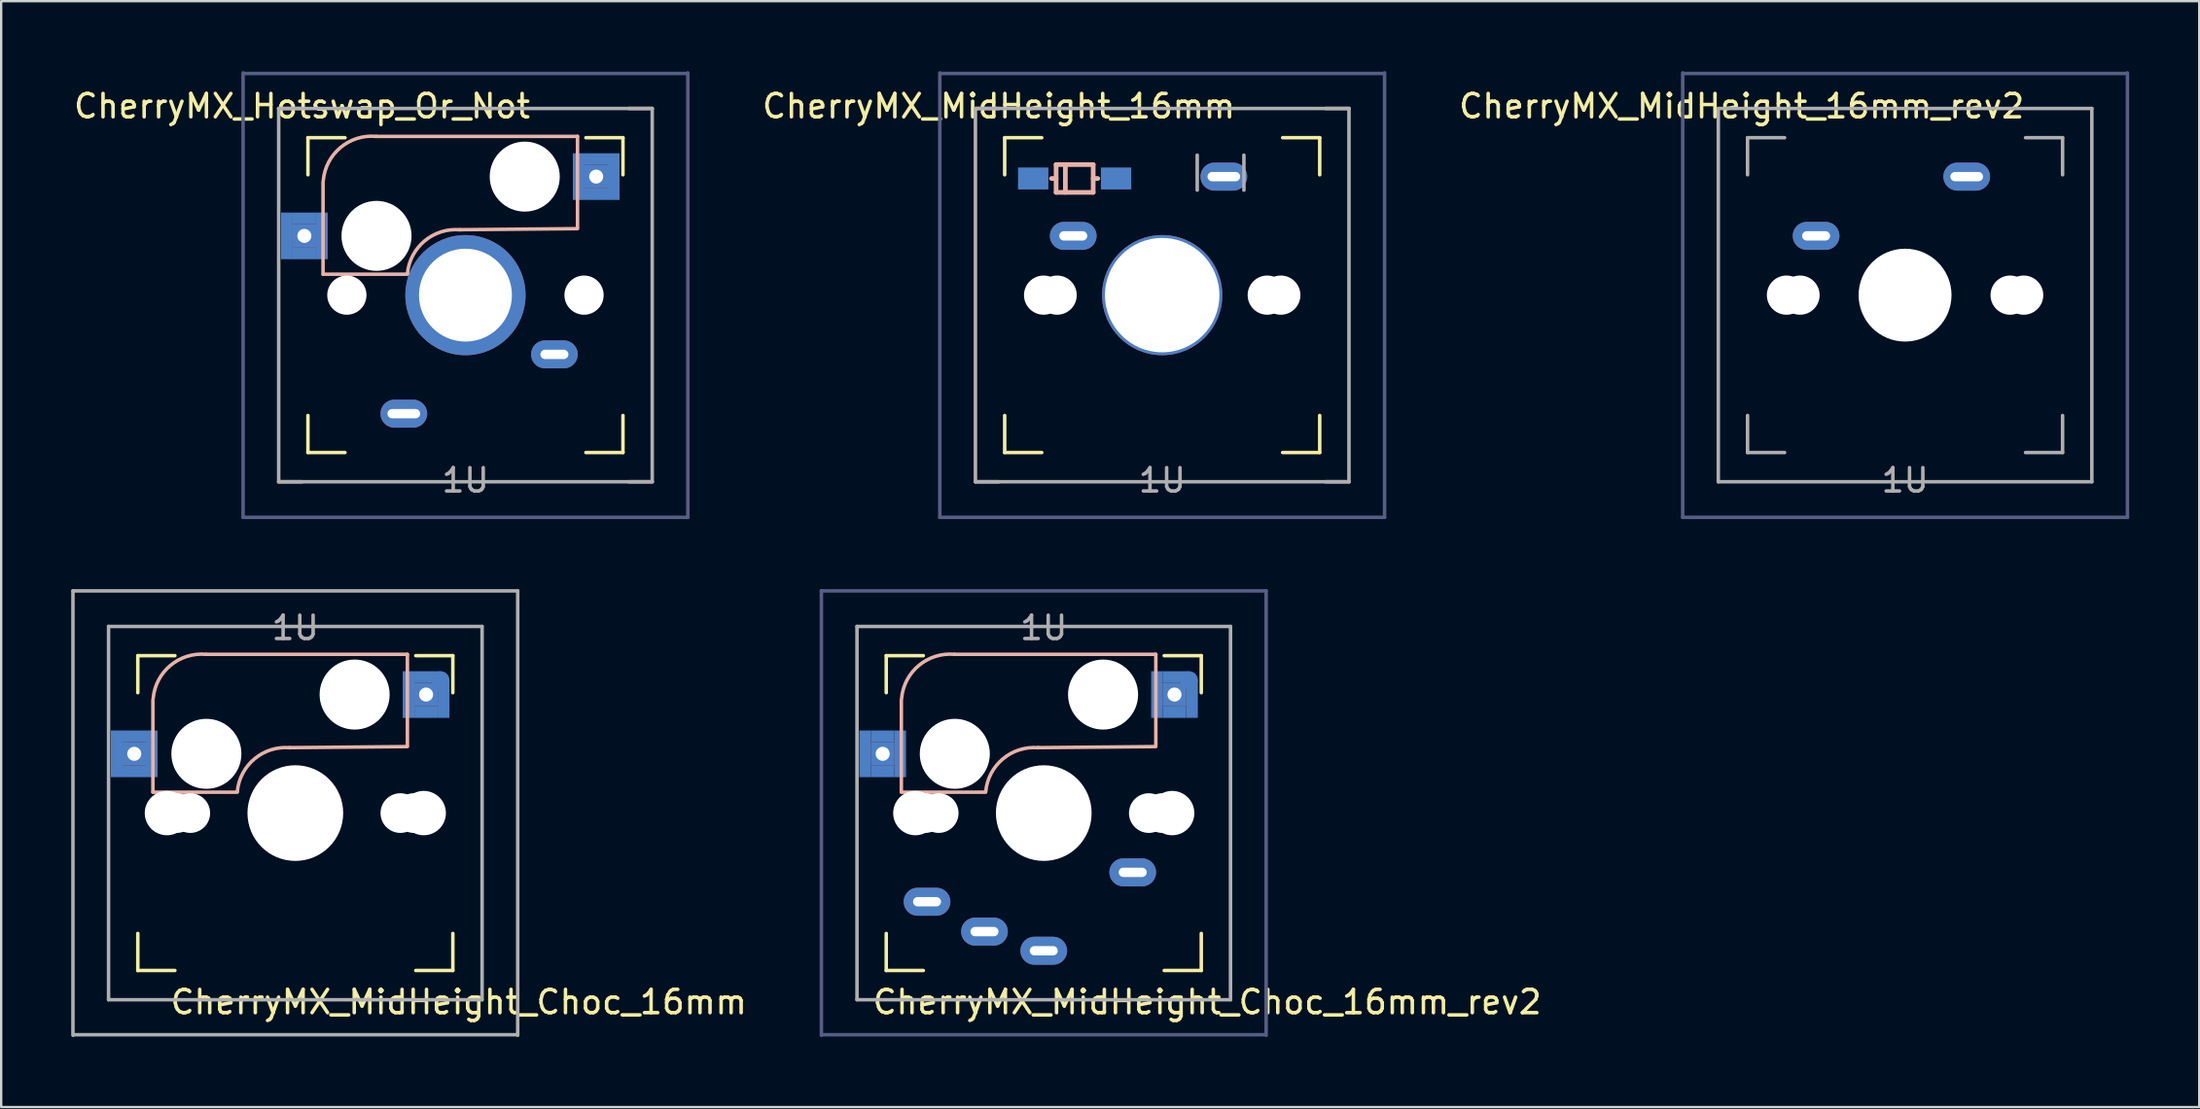
<source format=kicad_pcb>
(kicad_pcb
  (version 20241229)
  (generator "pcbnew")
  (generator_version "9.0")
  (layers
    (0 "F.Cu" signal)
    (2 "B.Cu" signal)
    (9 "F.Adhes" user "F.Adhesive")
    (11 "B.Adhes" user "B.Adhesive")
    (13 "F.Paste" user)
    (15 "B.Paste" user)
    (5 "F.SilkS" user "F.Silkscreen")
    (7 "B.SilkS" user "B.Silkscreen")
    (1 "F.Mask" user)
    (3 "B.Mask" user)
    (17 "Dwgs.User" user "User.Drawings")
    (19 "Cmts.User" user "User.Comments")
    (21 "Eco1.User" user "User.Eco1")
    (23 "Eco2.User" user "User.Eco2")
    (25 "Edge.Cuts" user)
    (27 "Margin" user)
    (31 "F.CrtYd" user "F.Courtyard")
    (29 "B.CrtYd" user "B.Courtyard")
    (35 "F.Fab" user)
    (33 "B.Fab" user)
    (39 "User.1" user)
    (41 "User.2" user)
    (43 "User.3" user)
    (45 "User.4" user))
  (footprint "CherryMX_MidHeight_Choc_16mm"
    (layer "F.Cu")
    (at 9.6 31.8)
    (property "Reference" "CherryMX_MidHeight_Choc_16mm" (at 7 8.1 0) (layer "F.SilkS") (effects (font (size 1 1) (thickness 0.15))))
    (attr through_hole)
    (fp_line (start -6.747 -6.747) (end -5.159 -6.747) (stroke (width 0.15) (type solid)) (layer "F.SilkS"))
    (fp_line (start -6.747 -5.159) (end -6.747 -6.747) (stroke (width 0.15) (type solid)) (layer "F.SilkS"))
    (fp_line (start -6.747 6.747) (end -6.747 5.159) (stroke (width 0.15) (type solid)) (layer "F.SilkS"))
    (fp_line (start -5.159 6.747) (end -6.747 6.747) (stroke (width 0.15) (type solid)) (layer "F.SilkS"))
    (fp_line (start 5.159 -6.747) (end 6.747 -6.747) (stroke (width 0.15) (type solid)) (layer "F.SilkS"))
    (fp_line (start 6.747 -6.747) (end 6.747 -5.159) (stroke (width 0.15) (type solid)) (layer "F.SilkS"))
    (fp_line (start 6.747 5.159) (end 6.747 6.747) (stroke (width 0.15) (type solid)) (layer "F.SilkS"))
    (fp_line (start 6.747 6.747) (end 5.159 6.747) (stroke (width 0.15) (type solid)) (layer "F.SilkS"))
    (fp_line (start -6.1 -4.85) (end -6.1 -0.905) (stroke (width 0.15) (type solid)) (layer "B.SilkS"))
    (fp_line (start -6.1 -0.896) (end -2.49 -0.896) (stroke (width 0.15) (type solid)) (layer "B.SilkS"))
    (fp_line (start 4.8 -6.804) (end -3.825 -6.804) (stroke (width 0.15) (type solid)) (layer "B.SilkS"))
    (fp_line (start 4.8 -2.896) (end 4.8 -6.804) (stroke (width 0.15) (type solid)) (layer "B.SilkS"))
    (fp_line (start 4.8 -2.85) (end -0.25 -2.804) (stroke (width 0.15) (type solid)) (layer "B.SilkS"))
    (fp_arc (start -6.089 -4.92) (mid -5.347189 -6.33089) (end -3.825 -6.804) (stroke (width 0.15) (type solid)) (layer "B.SilkS"))
    (fp_arc (start -2.485 -0.92) (mid -1.744361 -2.328061) (end -0.225 -2.8) (stroke (width 0.15) (type solid)) (layer "B.SilkS"))
    (fp_line (start -9.525 -9.525) (end 9.525 -9.525) (stroke (width 0.15) (type solid)) (layer "F.Fab"))
    (fp_line (start -9.525 9.525) (end -9.525 -9.525) (stroke (width 0.15) (type solid)) (layer "F.Fab"))
    (fp_line (start -8 -8) (end 8 -8) (stroke (width 0.15) (type solid)) (layer "F.Fab"))
    (fp_line (start -8 8) (end -8 -8) (stroke (width 0.15) (type solid)) (layer "F.Fab"))
    (fp_line (start 8 -8) (end 8 8) (stroke (width 0.15) (type solid)) (layer "F.Fab"))
    (fp_line (start 8 8) (end -8 8) (stroke (width 0.15) (type solid)) (layer "F.Fab"))
    (fp_line (start 9.5 9.5) (end -9.5 9.5) (stroke (width 0.15) (type solid)) (layer "F.Fab"))
    (fp_line (start 9.525 -9.525) (end 9.525 9.525) (stroke (width 0.15) (type solid)) (layer "F.Fab"))
    (fp_text user "1U" (at 0 -7.938 0) (layer "F.Fab") (effects (font (size 1 1) (thickness 0.15))))
    (pad "" np_thru_hole circle (at -5.5 0 90) (size 1.9 1.9) (drill 1.9) (layers "*.Cu" "*.Mask"))
    (pad "" np_thru_hole circle (at -5.08 0) (size 1.7 1.7) (drill 1.7) (layers "*.Cu" "*.Mask"))
    (pad "" np_thru_hole circle (at -4.5 0) (size 1.7 1.7) (drill 1.7) (layers "*.Cu" "*.Mask"))
    (pad "" np_thru_hole circle (at -3.81 -2.54 180) (size 3 3) (drill 3) (layers "*.Cu" "*.Mask"))
    (pad "" np_thru_hole circle (at 0 0 90) (size 4.1 4.1) (drill 4.1) (layers "*.Cu" "*.Mask"))
    (pad "" np_thru_hole circle (at 2.54 -5.08 180) (size 3 3) (drill 3) (layers "*.Cu" "*.Mask"))
    (pad "" np_thru_hole circle (at 4.5 0) (size 1.7 1.7) (drill 1.7) (layers "*.Cu" "*.Mask"))
    (pad "" np_thru_hole circle (at 5.08 0) (size 1.7 1.7) (drill 1.7) (layers "*.Cu" "*.Mask"))
    (pad "" np_thru_hole circle (at 5.5 0 90) (size 1.9 1.9) (drill 1.9) (layers "*.Cu" "*.Mask"))
    (pad "1" smd rect (at -7.65 -2.54 180) (size 0.5 2) (layers "B.Cu" "B.Mask" "B.Paste"))
    (pad "1" smd rect (at -6.9 -3.29 180) (size 1 0.5) (layers "B.Cu" "B.Mask" "B.Paste"))
    (pad "1" thru_hole rect (at -6.9 -2.54) (size 1 1) (drill 0.6) (layers "*.Cu" "B.Mask"))
    (pad "1" smd rect (at -6.9 -1.79 180) (size 1 0.5) (layers "B.Cu" "B.Mask" "B.Paste"))
    (pad "1" smd rect (at -6.15 -2.54 180) (size 0.5 2) (layers "B.Cu" "B.Mask" "B.Paste"))
    (pad "2" smd rect (at 4.85 -5.08 180) (size 0.5 2) (layers "B.Cu" "B.Mask" "B.Paste"))
    (pad "2" thru_hole rect (at 5.6 -5.08) (size 1 1) (drill 0.6) (layers "*.Cu" "B.Mask"))
    (pad "2" smd rect (at 5.6 -4.33 180) (size 1 0.5) (layers "B.Cu" "B.Mask" "B.Paste"))
    (pad "2" smd rect (at 5.661 -5.83 180) (size 1.125 0.5) (layers "B.Cu" "B.Mask" "B.Paste"))
    (pad "2" smd circle (at 6.225 -5.705 180) (size 0.75 0.75) (layers "B.Cu" "B.Mask" "B.Paste"))
    (pad "2" smd rect (at 6.35 -4.893 180) (size 0.5 1.625) (layers "B.Cu" "B.Mask" "B.Paste")))
  (footprint "CherryMX_Hotswap_Or_Not"
    (layer "F.Cu")
    (at 16.887 9.6)
    (property "Reference" "CherryMX_Hotswap_Or_Not" (at -7 -8.1 180) (layer "F.SilkS") (effects (font (size 1 1) (thickness 0.15))))
    (attr through_hole)
    (fp_line (start -6.747 -6.747) (end -5.159 -6.747) (stroke (width 0.15) (type solid)) (layer "F.SilkS"))
    (fp_line (start -6.747 -5.159) (end -6.747 -6.747) (stroke (width 0.15) (type solid)) (layer "F.SilkS"))
    (fp_line (start -6.747 6.747) (end -6.747 5.159) (stroke (width 0.15) (type solid)) (layer "F.SilkS"))
    (fp_line (start -5.159 6.747) (end -6.747 6.747) (stroke (width 0.15) (type solid)) (layer "F.SilkS"))
    (fp_line (start 5.159 -6.747) (end 6.747 -6.747) (stroke (width 0.15) (type solid)) (layer "F.SilkS"))
    (fp_line (start 6.747 -6.747) (end 6.747 -5.159) (stroke (width 0.15) (type solid)) (layer "F.SilkS"))
    (fp_line (start 6.747 5.159) (end 6.747 6.747) (stroke (width 0.15) (type solid)) (layer "F.SilkS"))
    (fp_line (start 6.747 6.747) (end 5.159 6.747) (stroke (width 0.15) (type solid)) (layer "F.SilkS"))
    (fp_line (start -7 -8) (end -8 -8) (stroke (width 0.15) (type solid)) (layer "B.SilkS"))
    (fp_line (start -7 8) (end -8 8) (stroke (width 0.15) (type solid)) (layer "B.SilkS"))
    (fp_line (start -6.1 -4.85) (end -6.1 -0.905) (stroke (width 0.15) (type solid)) (layer "B.SilkS"))
    (fp_line (start -6.1 -0.896) (end -2.49 -0.896) (stroke (width 0.15) (type solid)) (layer "B.SilkS"))
    (fp_line (start 4.8 -6.804) (end -3.825 -6.804) (stroke (width 0.15) (type solid)) (layer "B.SilkS"))
    (fp_line (start 4.8 -2.896) (end 4.8 -6.804) (stroke (width 0.15) (type solid)) (layer "B.SilkS"))
    (fp_line (start 4.8 -2.85) (end -0.25 -2.804) (stroke (width 0.15) (type solid)) (layer "B.SilkS"))
    (fp_line (start 8 -8) (end 7 -8) (stroke (width 0.15) (type solid)) (layer "B.SilkS"))
    (fp_line (start 8 8) (end 7 8) (stroke (width 0.15) (type solid)) (layer "B.SilkS"))
    (fp_arc (start -6.089 -4.92) (mid -5.347189 -6.33089) (end -3.825 -6.804) (stroke (width 0.15) (type solid)) (layer "B.SilkS"))
    (fp_arc (start -2.485 -0.92) (mid -1.744361 -2.328061) (end -0.225 -2.8) (stroke (width 0.15) (type solid)) (layer "B.SilkS"))
    (fp_line (start -9.525 9.525) (end -9.525 -9.525) (stroke (width 0.15) (type solid)) (layer "B.Fab"))
    (fp_line (start -9.5 -9.5) (end 9.5 -9.5) (stroke (width 0.15) (type solid)) (layer "B.Fab"))
    (fp_line (start 9.525 -9.525) (end 9.525 9.525) (stroke (width 0.15) (type solid)) (layer "B.Fab"))
    (fp_line (start 9.525 9.525) (end -9.525 9.525) (stroke (width 0.15) (type solid)) (layer "B.Fab"))
    (fp_line (start -8 -8) (end 8 -8) (stroke (width 0.15) (type solid)) (layer "F.Fab"))
    (fp_line (start -8 8) (end -8 -8) (stroke (width 0.15) (type solid)) (layer "F.Fab"))
    (fp_line (start 8 -8) (end 8 8) (stroke (width 0.15) (type solid)) (layer "F.Fab"))
    (fp_line (start 8 8) (end -8 8) (stroke (width 0.15) (type solid)) (layer "F.Fab"))
    (fp_text user "1U" (at 0 7.938 180) (layer "F.Fab") (effects (font (size 1 1) (thickness 0.15))))
    (pad "" np_thru_hole circle (at -5.08 0 180) (size 1.68 1.68) (drill 1.68) (layers "*.Cu" "*.Mask"))
    (pad "" np_thru_hole circle (at -3.81 -2.54 180) (size 3 3) (drill 3) (layers "*.Cu" "*.Mask"))
    (pad "" np_thru_hole circle (at 0 0 270) (size 5.15 5.15) (drill 3.98) (layers "*.Cu" "*.Mask"))
    (pad "" np_thru_hole circle (at 2.54 -5.08 180) (size 3 3) (drill 3) (layers "*.Cu" "*.Mask"))
    (pad "" np_thru_hole circle (at 5.08 0 180) (size 1.68 1.68) (drill 1.68) (layers "*.Cu" "*.Mask"))
    (pad "1" thru_hole oval (at 3.81 2.54 180) (size 2 1.2) (drill oval 1.2 0.4) (layers "*.Cu" "B.Mask"))
    (pad "1" smd rect (at 4.85 -5.08 180) (size 0.5 2) (layers "B.Cu" "B.Mask" "B.Paste"))
    (pad "1" smd rect (at 5.6 -5.83 180) (size 1 0.5) (layers "B.Cu" "B.Mask" "B.Paste"))
    (pad "1" thru_hole rect (at 5.6 -5.08) (size 1 1) (drill 0.6) (layers "*.Cu" "B.Mask"))
    (pad "1" smd rect (at 5.6 -4.33 180) (size 1 0.5) (layers "B.Cu" "B.Mask" "B.Paste"))
    (pad "1" smd rect (at 6.35 -5.08 180) (size 0.5 2) (layers "B.Cu" "B.Mask" "B.Paste"))
    (pad "2" smd rect (at -7.65 -2.54 180) (size 0.5 2) (layers "B.Cu" "B.Mask" "B.Paste"))
    (pad "2" smd rect (at -6.9 -3.29 180) (size 1 0.5) (layers "B.Cu" "B.Mask" "B.Paste"))
    (pad "2" thru_hole rect (at -6.9 -2.54) (size 1 1) (drill 0.6) (layers "*.Cu" "B.Mask"))
    (pad "2" smd rect (at -6.9 -1.79 180) (size 1 0.5) (layers "B.Cu" "B.Mask" "B.Paste"))
    (pad "2" smd rect (at -6.15 -2.54 180) (size 0.5 2) (layers "B.Cu" "B.Mask" "B.Paste"))
    (pad "2" thru_hole oval (at -2.64 5.08 180) (size 2 1.2) (drill oval 1.4 0.4) (layers "*.Cu" "B.Mask")))
  (footprint "CherryMX_MidHeight_Choc_16mm_rev2"
    (layer "F.Cu")
    (at 41.658 31.8)
    (property "Reference" "CherryMX_MidHeight_Choc_16mm_rev2" (at 7 8.1 0) (layer "F.SilkS") (effects (font (size 1 1) (thickness 0.15))))
    (attr through_hole)
    (fp_line (start -6.747 -6.747) (end -5.159 -6.747) (stroke (width 0.15) (type solid)) (layer "F.SilkS"))
    (fp_line (start -6.747 -5.159) (end -6.747 -6.747) (stroke (width 0.15) (type solid)) (layer "F.SilkS"))
    (fp_line (start -6.747 6.747) (end -6.747 5.159) (stroke (width 0.15) (type solid)) (layer "F.SilkS"))
    (fp_line (start -5.159 6.747) (end -6.747 6.747) (stroke (width 0.15) (type solid)) (layer "F.SilkS"))
    (fp_line (start 5.159 -6.747) (end 6.747 -6.747) (stroke (width 0.15) (type solid)) (layer "F.SilkS"))
    (fp_line (start 6.747 -6.747) (end 6.747 -5.159) (stroke (width 0.15) (type solid)) (layer "F.SilkS"))
    (fp_line (start 6.747 5.159) (end 6.747 6.747) (stroke (width 0.15) (type solid)) (layer "F.SilkS"))
    (fp_line (start 6.747 6.747) (end 5.159 6.747) (stroke (width 0.15) (type solid)) (layer "F.SilkS"))
    (fp_line (start -6.1 -4.85) (end -6.1 -0.905) (stroke (width 0.15) (type solid)) (layer "B.SilkS"))
    (fp_line (start -6.1 -0.896) (end -2.49 -0.896) (stroke (width 0.15) (type solid)) (layer "B.SilkS"))
    (fp_line (start 4.8 -6.804) (end -3.825 -6.804) (stroke (width 0.15) (type solid)) (layer "B.SilkS"))
    (fp_line (start 4.8 -2.896) (end 4.8 -6.804) (stroke (width 0.15) (type solid)) (layer "B.SilkS"))
    (fp_line (start 4.8 -2.85) (end -0.25 -2.804) (stroke (width 0.15) (type solid)) (layer "B.SilkS"))
    (fp_arc (start -6.089 -4.92) (mid -5.347189 -6.33089) (end -3.825 -6.804) (stroke (width 0.15) (type solid)) (layer "B.SilkS"))
    (fp_arc (start -2.485 -0.92) (mid -1.744361 -2.328061) (end -0.225 -2.8) (stroke (width 0.15) (type solid)) (layer "B.SilkS"))
    (fp_line (start -9.525 -9.525) (end 9.525 -9.525) (stroke (width 0.15) (type solid)) (layer "B.Fab"))
    (fp_line (start -9.525 9.525) (end -9.525 -9.525) (stroke (width 0.15) (type solid)) (layer "B.Fab"))
    (fp_line (start 9.5 9.5) (end -9.5 9.5) (stroke (width 0.15) (type solid)) (layer "B.Fab"))
    (fp_line (start 9.525 -9.525) (end 9.525 9.525) (stroke (width 0.15) (type solid)) (layer "B.Fab"))
    (fp_line (start -8 -8) (end 8 -8) (stroke (width 0.15) (type solid)) (layer "F.Fab"))
    (fp_line (start -8 8) (end -8 -8) (stroke (width 0.15) (type solid)) (layer "F.Fab"))
    (fp_line (start 8 -8) (end 8 8) (stroke (width 0.15) (type solid)) (layer "F.Fab"))
    (fp_line (start 8 8) (end -8 8) (stroke (width 0.15) (type solid)) (layer "F.Fab"))
    (fp_text user "1U" (at 0 -7.938 0) (layer "F.Fab") (effects (font (size 1 1) (thickness 0.15))))
    (pad "" np_thru_hole circle (at -5.5 0) (size 1.702 1.702) (drill 1.702) (layers "*.Cu" "*.Mask"))
    (pad "" np_thru_hole circle (at -5.5 0 90) (size 1.9 1.9) (drill 1.9) (layers "*.Cu" "*.Mask"))
    (pad "" np_thru_hole circle (at -5.08 0) (size 1.7 1.7) (drill 1.7) (layers "*.Cu" "*.Mask"))
    (pad "" np_thru_hole circle (at -4.5 0) (size 1.7 1.7) (drill 1.7) (layers "*.Cu" "*.Mask"))
    (pad "" np_thru_hole circle (at -3.81 -2.54 180) (size 3 3) (drill 3) (layers "*.Cu" "*.Mask"))
    (pad "" np_thru_hole circle (at 0 0) (size 3.429 3.429) (drill 3.429) (layers "*.Cu" "*.Mask"))
    (pad "" np_thru_hole circle (at 0 0 90) (size 4.1 4.1) (drill 4.1) (layers "*.Cu" "*.Mask"))
    (pad "" np_thru_hole circle (at 2.54 -5.08 180) (size 3 3) (drill 3) (layers "*.Cu" "*.Mask"))
    (pad "" np_thru_hole circle (at 4.5 0) (size 1.7 1.7) (drill 1.7) (layers "*.Cu" "*.Mask"))
    (pad "" np_thru_hole circle (at 5.08 0) (size 1.7 1.7) (drill 1.7) (layers "*.Cu" "*.Mask"))
    (pad "" np_thru_hole circle (at 5.5 0) (size 1.702 1.702) (drill 1.702) (layers "*.Cu" "*.Mask"))
    (pad "" np_thru_hole circle (at 5.5 0 90) (size 1.9 1.9) (drill 1.9) (layers "*.Cu" "*.Mask"))
    (pad "1" smd rect (at -7.65 -2.54 180) (size 0.5 2) (layers "B.Cu" "B.Mask" "B.Paste"))
    (pad "1" smd rect (at -6.9 -3.29 180) (size 1 0.5) (layers "B.Cu" "B.Mask" "B.Paste"))
    (pad "1" thru_hole rect (at -6.9 -2.54) (size 1 1) (drill 0.6) (layers "*.Cu" "B.Mask"))
    (pad "1" smd rect (at -6.9 -1.79 180) (size 1 0.5) (layers "B.Cu" "B.Mask" "B.Paste"))
    (pad "1" smd rect (at -6.15 -2.54 180) (size 0.5 2) (layers "B.Cu" "B.Mask" "B.Paste"))
    (pad "1" thru_hole oval (at 0 5.9) (size 2 1.2) (drill oval 1.2 0.4) (layers "*.Cu" "B.Mask"))
    (pad "1" thru_hole oval (at 3.81 2.54 180) (size 2 1.2) (drill oval 1.2 0.4) (layers "*.Cu" "B.Mask"))
    (pad "2" thru_hole oval (at -5 3.8) (size 2 1.2) (drill oval 1.2 0.4) (layers "*.Cu" "B.Mask"))
    (pad "2" thru_hole oval (at -2.54 5.08 180) (size 2 1.2) (drill oval 1.2 0.4) (layers "*.Cu" "B.Mask"))
    (pad "2" smd rect (at 4.85 -5.08 180) (size 0.5 2) (layers "B.Cu" "B.Mask" "B.Paste"))
    (pad "2" thru_hole rect (at 5.6 -5.08) (size 1 1) (drill 0.6) (layers "*.Cu" "B.Mask"))
    (pad "2" smd rect (at 5.6 -4.33 180) (size 1 0.5) (layers "B.Cu" "B.Mask" "B.Paste"))
    (pad "2" smd rect (at 5.661 -5.83 180) (size 1.125 0.5) (layers "B.Cu" "B.Mask" "B.Paste"))
    (pad "2" smd circle (at 6.225 -5.705 180) (size 0.75 0.75) (layers "B.Cu" "B.Mask" "B.Paste"))
    (pad "2" smd rect (at 6.35 -4.893 180) (size 0.5 1.625) (layers "B.Cu" "B.Mask" "B.Paste")))
  (footprint "CherryMX_MidHeight_16mm_rev2"
    (layer "F.Cu")
    (at 78.551 9.6)
    (property "Reference" "CherryMX_MidHeight_16mm_rev2" (at -7 -8.1 180) (layer "F.SilkS") (effects (font (size 1 1) (thickness 0.15))))
    (attr through_hole)
    (fp_line (start -9.525 9.525) (end -9.525 -9.525) (stroke (width 0.15) (type solid)) (layer "B.Fab"))
    (fp_line (start -9.5 -9.5) (end 9.5 -9.5) (stroke (width 0.15) (type solid)) (layer "B.Fab"))
    (fp_line (start 9.525 -9.525) (end 9.525 9.525) (stroke (width 0.15) (type solid)) (layer "B.Fab"))
    (fp_line (start 9.525 9.525) (end -9.525 9.525) (stroke (width 0.15) (type solid)) (layer "B.Fab"))
    (fp_line (start -8 -8) (end 8 -8) (stroke (width 0.15) (type solid)) (layer "F.Fab"))
    (fp_line (start -8 8) (end -8 -8) (stroke (width 0.15) (type solid)) (layer "F.Fab"))
    (fp_line (start -6.747 -6.747) (end -5.159 -6.747) (stroke (width 0.15) (type solid)) (layer "F.Fab"))
    (fp_line (start -6.747 -5.159) (end -6.747 -6.747) (stroke (width 0.15) (type solid)) (layer "F.Fab"))
    (fp_line (start -6.747 6.747) (end -6.747 5.159) (stroke (width 0.15) (type solid)) (layer "F.Fab"))
    (fp_line (start -5.159 6.747) (end -6.747 6.747) (stroke (width 0.15) (type solid)) (layer "F.Fab"))
    (fp_line (start 5.159 -6.747) (end 6.747 -6.747) (stroke (width 0.15) (type solid)) (layer "F.Fab"))
    (fp_line (start 6.747 -6.747) (end 6.747 -5.159) (stroke (width 0.15) (type solid)) (layer "F.Fab"))
    (fp_line (start 6.747 5.159) (end 6.747 6.747) (stroke (width 0.15) (type solid)) (layer "F.Fab"))
    (fp_line (start 6.747 6.747) (end 5.159 6.747) (stroke (width 0.15) (type solid)) (layer "F.Fab"))
    (fp_line (start 8 -8) (end 8 8) (stroke (width 0.15) (type solid)) (layer "F.Fab"))
    (fp_line (start 8 8) (end -8 8) (stroke (width 0.15) (type solid)) (layer "F.Fab"))
    (fp_text user "1U" (at 0 7.938 180) (layer "F.Fab") (effects (font (size 1 1) (thickness 0.15))))
    (pad "" np_thru_hole circle (at -5.08 0 180) (size 1.68 1.68) (drill 1.68) (layers "*.Cu" "*.Mask"))
    (pad "" np_thru_hole circle (at -4.5 0 180) (size 1.68 1.68) (drill 1.68) (layers "*.Cu" "*.Mask"))
    (pad "" np_thru_hole circle (at 0 0 270) (size 3.98 3.98) (drill 3.98) (layers "*.Cu" "*.Mask"))
    (pad "" np_thru_hole circle (at 4.5 0 180) (size 1.68 1.68) (drill 1.68) (layers "*.Cu" "*.Mask"))
    (pad "" np_thru_hole circle (at 5.08 0 180) (size 1.68 1.68) (drill 1.68) (layers "*.Cu" "*.Mask"))
    (pad "1" thru_hole oval (at -3.81 -2.54) (size 2 1.2) (drill oval 1.2 0.4) (layers "*.Cu" "B.Mask"))
    (pad "2" thru_hole oval (at 2.64 -5.08) (size 2 1.2) (drill oval 1.4 0.4) (layers "*.Cu" "B.Mask")))
  (footprint "CherryMX_MidHeight_16mm"
    (layer "F.Cu")
    (at 46.731 9.6)
    (property "Reference" "CherryMX_MidHeight_16mm" (at -7 -8.1 180) (layer "F.SilkS") (effects (font (size 1 1) (thickness 0.15))))
    (attr through_hole)
    (fp_line (start -6.747 -6.747) (end -5.159 -6.747) (stroke (width 0.15) (type solid)) (layer "F.SilkS"))
    (fp_line (start -6.747 -5.159) (end -6.747 -6.747) (stroke (width 0.15) (type solid)) (layer "F.SilkS"))
    (fp_line (start -6.747 6.747) (end -6.747 5.159) (stroke (width 0.15) (type solid)) (layer "F.SilkS"))
    (fp_line (start -5.159 6.747) (end -6.747 6.747) (stroke (width 0.15) (type solid)) (layer "F.SilkS"))
    (fp_line (start 5.159 -6.747) (end 6.747 -6.747) (stroke (width 0.15) (type solid)) (layer "F.SilkS"))
    (fp_line (start 6.747 -6.747) (end 6.747 -5.159) (stroke (width 0.15) (type solid)) (layer "F.SilkS"))
    (fp_line (start 6.747 5.159) (end 6.747 6.747) (stroke (width 0.15) (type solid)) (layer "F.SilkS"))
    (fp_line (start 6.747 6.747) (end 5.159 6.747) (stroke (width 0.15) (type solid)) (layer "F.SilkS"))
    (fp_line (start -7 -8) (end -8 -8) (stroke (width 0.15) (type solid)) (layer "B.SilkS"))
    (fp_line (start -7 8) (end -8 8) (stroke (width 0.15) (type solid)) (layer "B.SilkS"))
    (fp_line (start -4.742 -5) (end -4.544 -5) (stroke (width 0.2) (type solid)) (layer "B.SilkS"))
    (fp_line (start -4.544 -5.595) (end -4.544 -4.405) (stroke (width 0.2) (type solid)) (layer "B.SilkS"))
    (fp_line (start -4.544 -4.405) (end -2.956 -4.405) (stroke (width 0.2) (type solid)) (layer "B.SilkS"))
    (fp_line (start -4.147 -4.405) (end -4.147 -5.595) (stroke (width 0.2) (type solid)) (layer "B.SilkS"))
    (fp_line (start -2.956 -5.595) (end -4.544 -5.595) (stroke (width 0.2) (type solid)) (layer "B.SilkS"))
    (fp_line (start -2.956 -5) (end -2.758 -5) (stroke (width 0.2) (type solid)) (layer "B.SilkS"))
    (fp_line (start -2.956 -4.405) (end -2.956 -5.595) (stroke (width 0.2) (type solid)) (layer "B.SilkS"))
    (fp_line (start 8 -8) (end 7 -8) (stroke (width 0.15) (type solid)) (layer "B.SilkS"))
    (fp_line (start 8 8) (end 7 8) (stroke (width 0.15) (type solid)) (layer "B.SilkS"))
    (fp_line (start -9.525 9.525) (end -9.525 -9.525) (stroke (width 0.15) (type solid)) (layer "B.Fab"))
    (fp_line (start -9.5 -9.5) (end 9.5 -9.5) (stroke (width 0.15) (type solid)) (layer "B.Fab"))
    (fp_line (start 9.525 -9.525) (end 9.525 9.525) (stroke (width 0.15) (type solid)) (layer "B.Fab"))
    (fp_line (start 9.525 9.525) (end -9.525 9.525) (stroke (width 0.15) (type solid)) (layer "B.Fab"))
    (fp_line (start -8 -8) (end 8 -8) (stroke (width 0.15) (type solid)) (layer "F.Fab"))
    (fp_line (start -8 8) (end -8 -8) (stroke (width 0.15) (type solid)) (layer "F.Fab"))
    (fp_line (start 1.5 -6) (end 1.5 -4.5) (stroke (width 0.15) (type solid)) (layer "F.Fab"))
    (fp_line (start 3.5 -6) (end 3.5 -4.5) (stroke (width 0.15) (type solid)) (layer "F.Fab"))
    (fp_line (start 8 -8) (end 8 8) (stroke (width 0.15) (type solid)) (layer "F.Fab"))
    (fp_line (start 8 8) (end -8 8) (stroke (width 0.15) (type solid)) (layer "F.Fab"))
    (fp_text user "1U" (at 0 7.938 180) (layer "F.Fab") (effects (font (size 1 1) (thickness 0.15))))
    (pad "" np_thru_hole circle (at -5.08 0 180) (size 1.68 1.68) (drill 1.68) (layers "*.Cu" "*.Mask"))
    (pad "" np_thru_hole circle (at -4.5 0 180) (size 1.68 1.68) (drill 1.68) (layers "*.Cu" "*.Mask"))
    (pad "" np_thru_hole circle (at 0 0 270) (size 5.15 5.15) (drill 4.9) (layers "*.Cu" "*.Mask"))
    (pad "" np_thru_hole circle (at 4.5 0 180) (size 1.68 1.68) (drill 1.68) (layers "*.Cu" "*.Mask"))
    (pad "" np_thru_hole circle (at 5.08 0 180) (size 1.68 1.68) (drill 1.68) (layers "*.Cu" "*.Mask"))
    (pad "0" smd rect (at -1.975 -5) (size 1.3 0.94) (layers "B.Cu" "B.Mask" "B.Paste"))
    (pad "0" thru_hole oval (at 2.64 -5.08) (size 2 1.2) (drill oval 1.4 0.4) (layers "*.Cu" "B.Mask"))
    (pad "1" thru_hole oval (at -3.81 -2.54) (size 2 1.2) (drill oval 1.2 0.4) (layers "*.Cu" "B.Mask"))
    (pad "2" smd rect (at -5.525 -5) (size 1.3 0.94) (layers "B.Cu" "B.Mask" "B.Paste")))
  (gr_rect
    (start -3 -3)
    (end 91.151 44.4)
    (stroke (width 0.1) (type default))
    (fill no)
    (layer "Edge.Cuts")))
</source>
